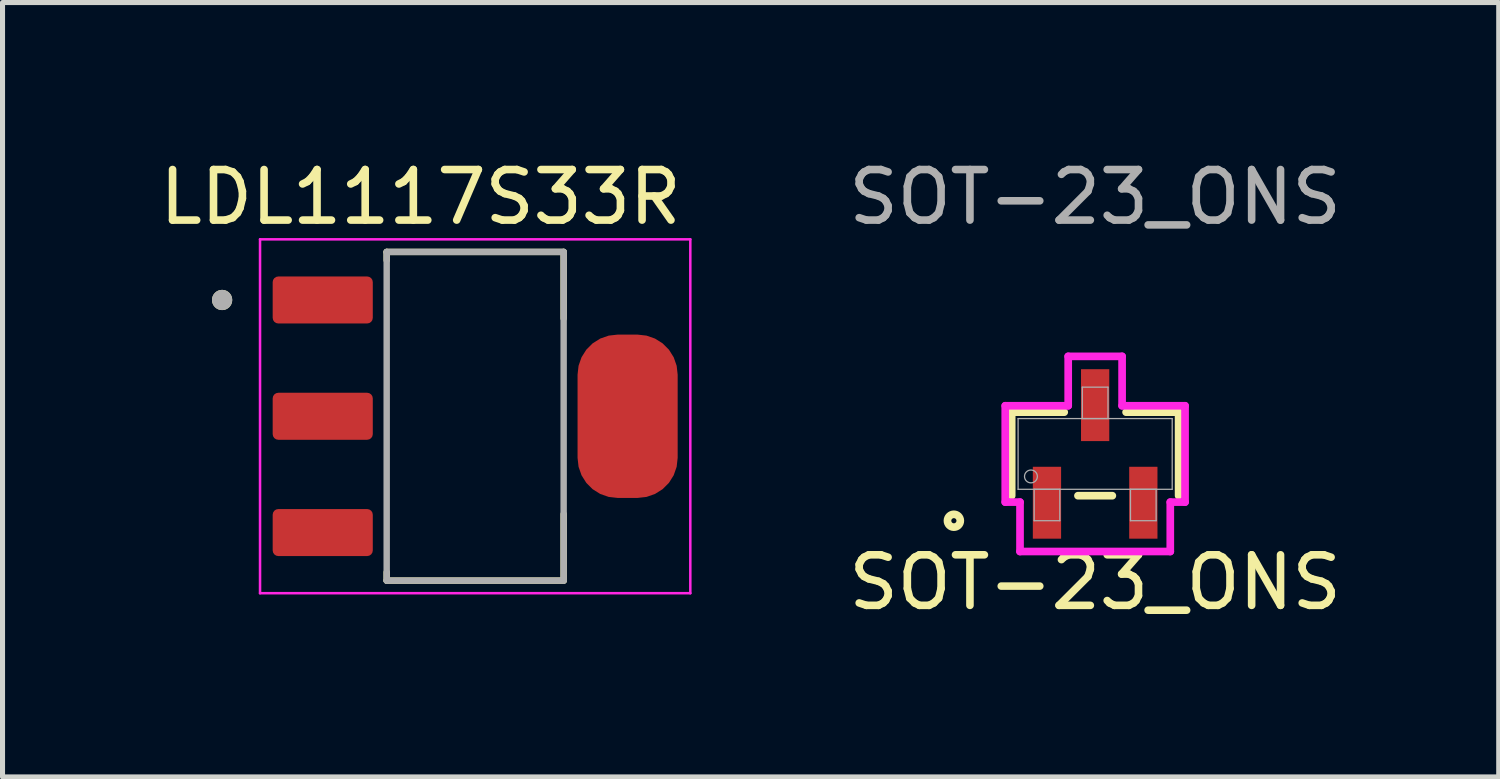
<source format=kicad_pcb>
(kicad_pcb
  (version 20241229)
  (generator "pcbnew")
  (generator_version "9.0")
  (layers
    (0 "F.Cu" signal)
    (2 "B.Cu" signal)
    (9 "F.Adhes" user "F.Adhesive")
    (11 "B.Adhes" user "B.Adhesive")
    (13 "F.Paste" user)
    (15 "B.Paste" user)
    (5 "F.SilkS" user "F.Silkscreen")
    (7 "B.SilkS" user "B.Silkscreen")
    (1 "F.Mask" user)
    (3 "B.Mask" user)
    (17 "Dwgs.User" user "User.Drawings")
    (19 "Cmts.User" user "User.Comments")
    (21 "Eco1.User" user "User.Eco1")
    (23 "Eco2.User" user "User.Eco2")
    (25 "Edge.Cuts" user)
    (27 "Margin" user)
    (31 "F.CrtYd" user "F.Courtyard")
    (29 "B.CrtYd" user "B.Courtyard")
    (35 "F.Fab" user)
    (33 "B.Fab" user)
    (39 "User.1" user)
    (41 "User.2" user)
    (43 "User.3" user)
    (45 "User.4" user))
  (footprint "LDL1117S33R"
    (layer "F.Cu")
    (at 6.348 5.183)
    (property "Reference" "LDL1117S33R" (at -1.08 -4.335 0) (layer "F.SilkS") (effects (font (size 1 1) (thickness 0.15))))
    (attr smd)
    (fp_line (start -1.75 -3.25) (end -1.75 -3.085) (stroke (width 0.127) (type solid)) (layer "F.SilkS"))
    (fp_line (start -1.75 3.25) (end -1.75 3.085) (stroke (width 0.127) (type solid)) (layer "F.SilkS"))
    (fp_line (start -1.75 3.25) (end 1.75 3.25) (stroke (width 0.127) (type solid)) (layer "F.SilkS"))
    (fp_line (start 1.75 -3.25) (end -1.75 -3.25) (stroke (width 0.127) (type solid)) (layer "F.SilkS"))
    (fp_line (start 1.75 -1.935) (end 1.75 -3.25) (stroke (width 0.127) (type solid)) (layer "F.SilkS"))
    (fp_line (start 1.75 3.25) (end 1.75 1.935) (stroke (width 0.127) (type solid)) (layer "F.SilkS"))
    (fp_circle (center -5.005 -2.3) (end -4.905 -2.3) (stroke (width 0.2) (type solid)) (fill no) (layer "F.SilkS"))
    (fp_line (start -4.255 -3.5) (end -4.255 3.5) (stroke (width 0.05) (type solid)) (layer "F.CrtYd"))
    (fp_line (start -4.255 3.5) (end 4.255 3.5) (stroke (width 0.05) (type solid)) (layer "F.CrtYd"))
    (fp_line (start 4.255 -3.5) (end -4.255 -3.5) (stroke (width 0.05) (type solid)) (layer "F.CrtYd"))
    (fp_line (start 4.255 3.5) (end 4.255 -3.5) (stroke (width 0.05) (type solid)) (layer "F.CrtYd"))
    (fp_line (start -1.75 -3.25) (end -1.75 3.25) (stroke (width 0.127) (type solid)) (layer "F.Fab"))
    (fp_line (start -1.75 3.25) (end 1.75 3.25) (stroke (width 0.127) (type solid)) (layer "F.Fab"))
    (fp_line (start 1.75 -3.25) (end -1.75 -3.25) (stroke (width 0.127) (type solid)) (layer "F.Fab"))
    (fp_line (start 1.75 3.25) (end 1.75 -3.25) (stroke (width 0.127) (type solid)) (layer "F.Fab"))
    (fp_circle (center -5.005 -2.3) (end -4.905 -2.3) (stroke (width 0.2) (type solid)) (fill no) (layer "F.Fab"))
    (pad "1" smd roundrect (at -3.015 -2.3) (size 1.98 0.93) (layers "F.Cu" "F.Mask" "F.Paste") (roundrect_rratio 0.12))
    (pad "2" smd roundrect (at -3.015 0) (size 1.98 0.93) (layers "F.Cu" "F.Mask" "F.Paste") (roundrect_rratio 0.12))
    (pad "3" smd roundrect (at -3.015 2.3) (size 1.98 0.93) (layers "F.Cu" "F.Mask" "F.Paste") (roundrect_rratio 0.12))
    (pad "4" smd roundrect (at 3.015 0) (size 1.98 3.23) (layers "F.Cu" "F.Mask" "F.Paste") (roundrect_rratio 0.4)))
  (footprint "SOT-23_ONS"
    (layer "F.Cu")
    (at 18.61 5.928)
    (property "Reference" "SOT-23_ONS" (at 0 2.54 0) (unlocked yes) (layer "F.SilkS") (effects (font (size 1 1) (thickness 0.15))))
    (attr smd)
    (fp_line (start -1.651 -0.826) (end -1.651 0.826) (stroke (width 0.152) (type solid)) (layer "F.SilkS"))
    (fp_line (start -0.612 -0.826) (end -1.651 -0.826) (stroke (width 0.152) (type solid)) (layer "F.SilkS"))
    (fp_line (start -0.34 0.826) (end 0.34 0.826) (stroke (width 0.152) (type solid)) (layer "F.SilkS"))
    (fp_line (start 1.651 -0.826) (end 0.612 -0.826) (stroke (width 0.152) (type solid)) (layer "F.SilkS"))
    (fp_line (start 1.651 0.826) (end 1.651 -0.826) (stroke (width 0.152) (type solid)) (layer "F.SilkS"))
    (fp_circle (center -2.794 1.321) (end -2.667 1.321) (stroke (width 0.152) (type solid)) (fill no) (layer "F.SilkS"))
    (fp_line (start -1.778 -0.953) (end -0.533 -0.953) (stroke (width 0.152) (type solid)) (layer "F.CrtYd"))
    (fp_line (start -1.778 0.953) (end -1.778 -0.953) (stroke (width 0.152) (type solid)) (layer "F.CrtYd"))
    (fp_line (start -1.778 0.953) (end -1.486 0.953) (stroke (width 0.152) (type solid)) (layer "F.CrtYd"))
    (fp_line (start -1.486 0.953) (end -1.486 1.93) (stroke (width 0.152) (type solid)) (layer "F.CrtYd"))
    (fp_line (start -1.486 1.93) (end 1.486 1.93) (stroke (width 0.152) (type solid)) (layer "F.CrtYd"))
    (fp_line (start -0.533 -1.93) (end 0.533 -1.93) (stroke (width 0.152) (type solid)) (layer "F.CrtYd"))
    (fp_line (start -0.533 -0.953) (end -0.533 -1.93) (stroke (width 0.152) (type solid)) (layer "F.CrtYd"))
    (fp_line (start 0.533 -0.953) (end 0.533 -1.93) (stroke (width 0.152) (type solid)) (layer "F.CrtYd"))
    (fp_line (start 1.486 0.953) (end 1.486 1.93) (stroke (width 0.152) (type solid)) (layer "F.CrtYd"))
    (fp_line (start 1.778 -0.953) (end 0.533 -0.953) (stroke (width 0.152) (type solid)) (layer "F.CrtYd"))
    (fp_line (start 1.778 -0.953) (end 1.778 0.953) (stroke (width 0.152) (type solid)) (layer "F.CrtYd"))
    (fp_line (start 1.778 0.953) (end 1.486 0.953) (stroke (width 0.152) (type solid)) (layer "F.CrtYd"))
    (fp_line (start -1.524 -0.699) (end -1.524 0.699) (stroke (width 0.025) (type solid)) (layer "F.Fab"))
    (fp_line (start -1.524 0.699) (end 1.524 0.699) (stroke (width 0.025) (type solid)) (layer "F.Fab"))
    (fp_line (start -1.206 0.699) (end -1.206 1.321) (stroke (width 0.025) (type solid)) (layer "F.Fab"))
    (fp_line (start -1.206 1.321) (end -0.699 1.321) (stroke (width 0.025) (type solid)) (layer "F.Fab"))
    (fp_line (start -0.699 0.699) (end -1.206 0.699) (stroke (width 0.025) (type solid)) (layer "F.Fab"))
    (fp_line (start -0.699 1.321) (end -0.699 0.699) (stroke (width 0.025) (type solid)) (layer "F.Fab"))
    (fp_line (start -0.254 -1.321) (end -0.254 -0.699) (stroke (width 0.025) (type solid)) (layer "F.Fab"))
    (fp_line (start -0.254 -0.699) (end 0.254 -0.699) (stroke (width 0.025) (type solid)) (layer "F.Fab"))
    (fp_line (start 0.254 -1.321) (end -0.254 -1.321) (stroke (width 0.025) (type solid)) (layer "F.Fab"))
    (fp_line (start 0.254 -0.699) (end 0.254 -1.321) (stroke (width 0.025) (type solid)) (layer "F.Fab"))
    (fp_line (start 0.699 0.699) (end 0.699 1.321) (stroke (width 0.025) (type solid)) (layer "F.Fab"))
    (fp_line (start 0.699 1.321) (end 1.206 1.321) (stroke (width 0.025) (type solid)) (layer "F.Fab"))
    (fp_line (start 1.206 0.699) (end 0.699 0.699) (stroke (width 0.025) (type solid)) (layer "F.Fab"))
    (fp_line (start 1.206 1.321) (end 1.206 0.699) (stroke (width 0.025) (type solid)) (layer "F.Fab"))
    (fp_line (start 1.524 -0.699) (end -1.524 -0.699) (stroke (width 0.025) (type solid)) (layer "F.Fab"))
    (fp_line (start 1.524 0.699) (end 1.524 -0.699) (stroke (width 0.025) (type solid)) (layer "F.Fab"))
    (fp_circle (center -1.27 0.445) (end -1.143 0.445) (stroke (width 0.025) (type solid)) (fill no) (layer "F.Fab"))
    (fp_text user "${REFERENCE}" (at 0 -5.08 0) (unlocked yes) (layer "F.Fab") (effects (font (size 1 1) (thickness 0.15))))
    (pad "1" smd rect (at -0.953 0.965) (size 0.559 1.422) (layers "F.Cu" "F.Mask" "F.Paste"))
    (pad "2" smd rect (at 0.953 0.965) (size 0.559 1.422) (layers "F.Cu" "F.Mask" "F.Paste"))
    (pad "3" smd rect (at 0 -0.965) (size 0.559 1.422) (layers "F.Cu" "F.Mask" "F.Paste")))
  (gr_rect
    (start -3 -3)
    (end 26.592 12.316)
    (stroke (width 0.1) (type default))
    (fill no)
    (layer "Edge.Cuts")))
</source>
